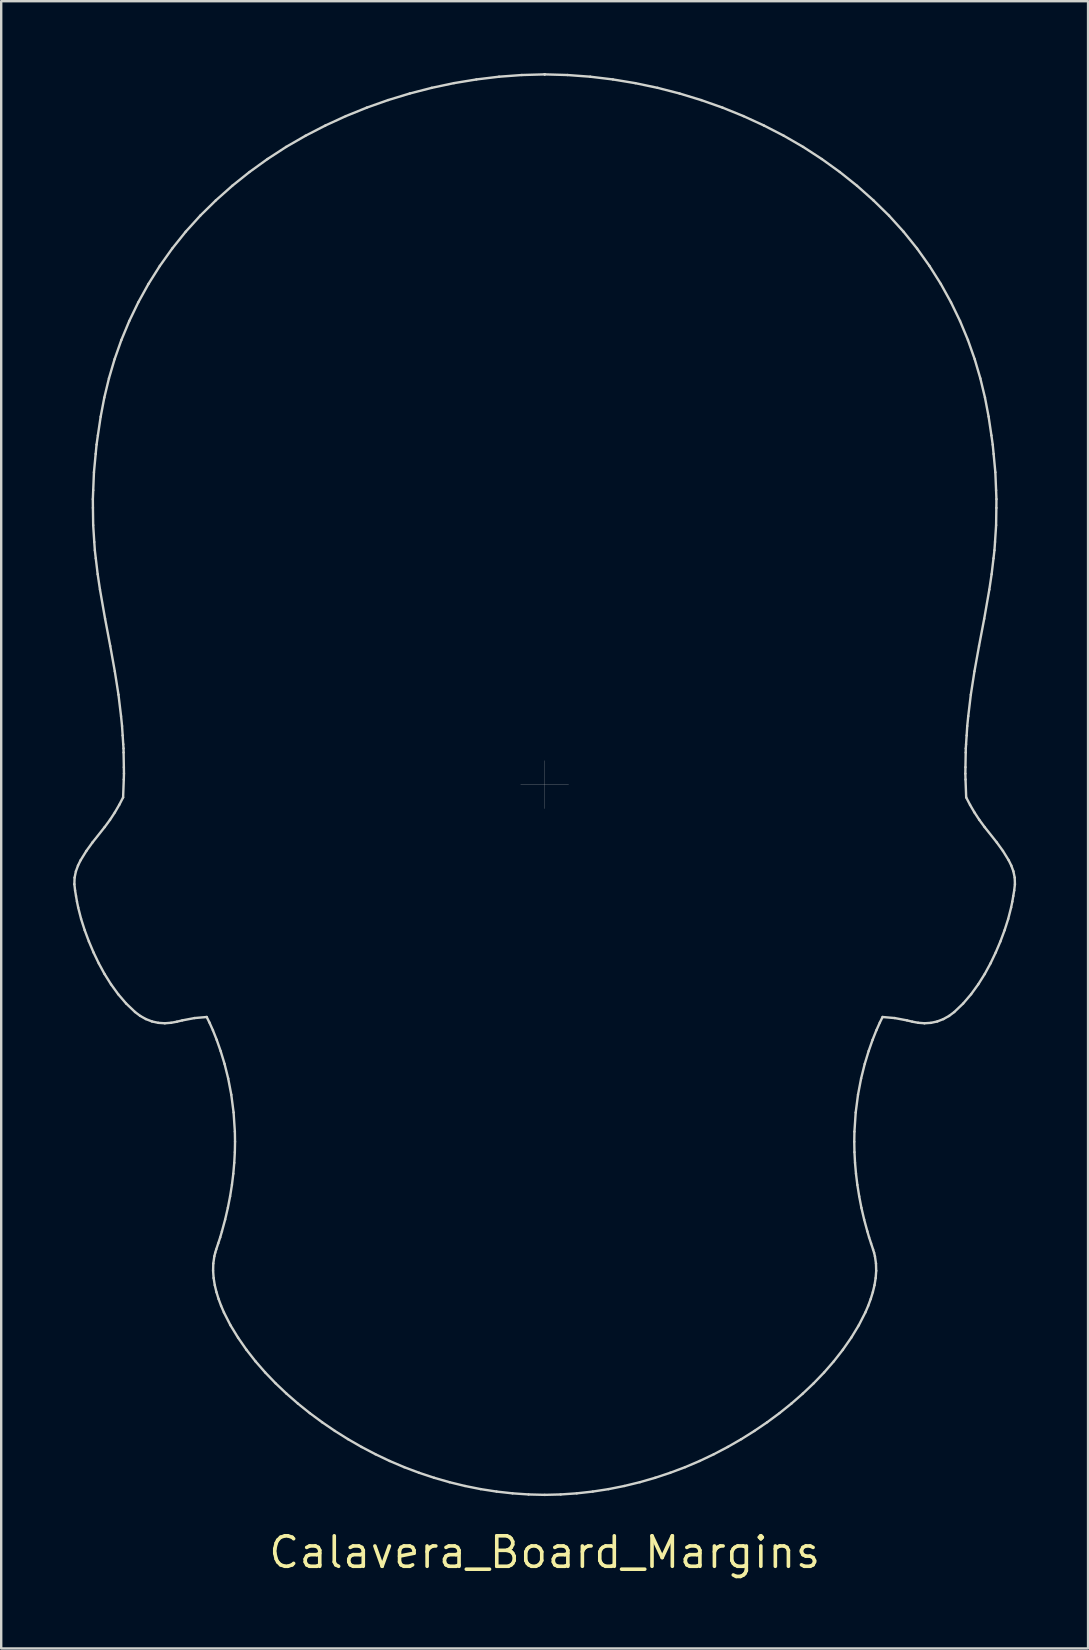
<source format=kicad_pcb>
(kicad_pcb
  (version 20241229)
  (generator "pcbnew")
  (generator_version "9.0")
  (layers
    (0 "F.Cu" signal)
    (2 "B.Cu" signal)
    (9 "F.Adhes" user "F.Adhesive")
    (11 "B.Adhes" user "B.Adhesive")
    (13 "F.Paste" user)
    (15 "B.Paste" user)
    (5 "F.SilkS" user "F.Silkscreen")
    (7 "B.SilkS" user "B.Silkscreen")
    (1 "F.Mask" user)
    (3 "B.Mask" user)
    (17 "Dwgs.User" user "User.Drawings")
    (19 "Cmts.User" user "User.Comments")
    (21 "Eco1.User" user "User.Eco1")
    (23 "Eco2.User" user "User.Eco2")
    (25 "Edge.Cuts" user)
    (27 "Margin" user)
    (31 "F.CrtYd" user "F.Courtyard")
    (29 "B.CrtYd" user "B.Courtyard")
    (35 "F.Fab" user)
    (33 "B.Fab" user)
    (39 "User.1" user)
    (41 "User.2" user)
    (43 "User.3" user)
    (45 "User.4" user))
  (footprint "Calavera_Board_Margins"
    (layer "F.Cu")
    (at 19.651 29.653)
    (property "Reference" "Calavera_Board_Margins" (at 0 32 0) (layer "F.SilkS") (effects (font (size 1.27 1.27) (thickness 0.15))))
    (attr exclude_from_pos_files exclude_from_bom)
    (fp_line (start -19.601 4.15) (end -19.592 3.877) (stroke (width 0.1) (type solid)) (layer "Edge.Cuts"))
    (fp_line (start -19.592 3.877) (end -19.537 3.613) (stroke (width 0.1) (type solid)) (layer "Edge.Cuts"))
    (fp_line (start -19.572 4.408) (end -19.601 4.15) (stroke (width 0.1) (type solid)) (layer "Edge.Cuts"))
    (fp_line (start -19.537 3.613) (end -19.45 3.374) (stroke (width 0.1) (type solid)) (layer "Edge.Cuts"))
    (fp_line (start -19.533 4.642) (end -19.572 4.408) (stroke (width 0.1) (type solid)) (layer "Edge.Cuts"))
    (fp_line (start -19.493 4.876) (end -19.533 4.642) (stroke (width 0.1) (type solid)) (layer "Edge.Cuts"))
    (fp_line (start -19.45 3.374) (end -19.343 3.156) (stroke (width 0.1) (type solid)) (layer "Edge.Cuts"))
    (fp_line (start -19.443 5.12) (end -19.493 4.876) (stroke (width 0.1) (type solid)) (layer "Edge.Cuts"))
    (fp_line (start -19.343 3.156) (end -19.102 2.765) (stroke (width 0.1) (type solid)) (layer "Edge.Cuts"))
    (fp_line (start -19.321 5.598) (end -19.443 5.12) (stroke (width 0.1) (type solid)) (layer "Edge.Cuts"))
    (fp_line (start -19.17 6.07) (end -19.321 5.598) (stroke (width 0.1) (type solid)) (layer "Edge.Cuts"))
    (fp_line (start -19.102 2.765) (end -18.846 2.41) (stroke (width 0.1) (type solid)) (layer "Edge.Cuts"))
    (fp_line (start -18.996 6.537) (end -19.17 6.07) (stroke (width 0.1) (type solid)) (layer "Edge.Cuts"))
    (fp_line (start -18.846 2.41) (end -18.339 1.771) (stroke (width 0.1) (type solid)) (layer "Edge.Cuts"))
    (fp_line (start -18.831 -11.899) (end -18.816 -12.269) (stroke (width 0.1) (type solid)) (layer "Edge.Cuts"))
    (fp_line (start -18.828 -11.534) (end -18.831 -11.899) (stroke (width 0.1) (type solid)) (layer "Edge.Cuts"))
    (fp_line (start -18.817 -10.814) (end -18.828 -11.534) (stroke (width 0.1) (type solid)) (layer "Edge.Cuts"))
    (fp_line (start -18.816 -12.269) (end -18.785 -13.019) (stroke (width 0.1) (type solid)) (layer "Edge.Cuts"))
    (fp_line (start -18.801 6.998) (end -18.996 6.537) (stroke (width 0.1) (type solid)) (layer "Edge.Cuts"))
    (fp_line (start -18.785 -13.019) (end -18.713 -13.785) (stroke (width 0.1) (type solid)) (layer "Edge.Cuts"))
    (fp_line (start -18.772 -10.113) (end -18.817 -10.814) (stroke (width 0.1) (type solid)) (layer "Edge.Cuts"))
    (fp_line (start -18.748 -9.769) (end -18.772 -10.113) (stroke (width 0.1) (type solid)) (layer "Edge.Cuts"))
    (fp_line (start -18.713 -13.785) (end -18.676 -14.173) (stroke (width 0.1) (type solid)) (layer "Edge.Cuts"))
    (fp_line (start -18.709 -9.432) (end -18.748 -9.769) (stroke (width 0.1) (type solid)) (layer "Edge.Cuts"))
    (fp_line (start -18.676 -14.173) (end -18.621 -14.558) (stroke (width 0.1) (type solid)) (layer "Edge.Cuts"))
    (fp_line (start -18.63 -8.77) (end -18.709 -9.432) (stroke (width 0.1) (type solid)) (layer "Edge.Cuts"))
    (fp_line (start -18.621 -14.558) (end -18.505 -15.335) (stroke (width 0.1) (type solid)) (layer "Edge.Cuts"))
    (fp_line (start -18.583 7.452) (end -18.801 6.998) (stroke (width 0.1) (type solid)) (layer "Edge.Cuts"))
    (fp_line (start -18.534 -8.13) (end -18.63 -8.77) (stroke (width 0.1) (type solid)) (layer "Edge.Cuts"))
    (fp_line (start -18.505 -15.335) (end -18.353 -16.133) (stroke (width 0.1) (type solid)) (layer "Edge.Cuts"))
    (fp_line (start -18.353 -16.133) (end -18.16 -16.934) (stroke (width 0.1) (type solid)) (layer "Edge.Cuts"))
    (fp_line (start -18.342 7.896) (end -18.583 7.452) (stroke (width 0.1) (type solid)) (layer "Edge.Cuts"))
    (fp_line (start -18.339 1.771) (end -18.115 1.466) (stroke (width 0.1) (type solid)) (layer "Edge.Cuts"))
    (fp_line (start -18.321 -6.912) (end -18.534 -8.13) (stroke (width 0.1) (type solid)) (layer "Edge.Cuts"))
    (fp_line (start -18.16 -16.934) (end -17.924 -17.734) (stroke (width 0.1) (type solid)) (layer "Edge.Cuts"))
    (fp_line (start -18.115 1.466) (end -17.915 1.16) (stroke (width 0.1) (type solid)) (layer "Edge.Cuts"))
    (fp_line (start -18.106 -5.778) (end -18.321 -6.912) (stroke (width 0.1) (type solid)) (layer "Edge.Cuts"))
    (fp_line (start -18.073 8.325) (end -18.342 7.896) (stroke (width 0.1) (type solid)) (layer "Edge.Cuts"))
    (fp_line (start -17.924 -17.734) (end -17.642 -18.532) (stroke (width 0.1) (type solid)) (layer "Edge.Cuts"))
    (fp_line (start -17.916 -4.723) (end -18.106 -5.778) (stroke (width 0.1) (type solid)) (layer "Edge.Cuts"))
    (fp_line (start -17.915 1.16) (end -17.731 0.843) (stroke (width 0.1) (type solid)) (layer "Edge.Cuts"))
    (fp_line (start -17.775 8.736) (end -18.073 8.325) (stroke (width 0.1) (type solid)) (layer "Edge.Cuts"))
    (fp_line (start -17.763 -3.748) (end -17.916 -4.723) (stroke (width 0.1) (type solid)) (layer "Edge.Cuts"))
    (fp_line (start -17.731 0.843) (end -17.57 0.533) (stroke (width 0.1) (type solid)) (layer "Edge.Cuts"))
    (fp_line (start -17.656 -2.855) (end -17.763 -3.748) (stroke (width 0.1) (type solid)) (layer "Edge.Cuts"))
    (fp_line (start -17.642 -18.532) (end -17.313 -19.323) (stroke (width 0.1) (type solid)) (layer "Edge.Cuts"))
    (fp_line (start -17.614 -2.442) (end -17.656 -2.855) (stroke (width 0.1) (type solid)) (layer "Edge.Cuts"))
    (fp_line (start -17.589 -2.05) (end -17.614 -2.442) (stroke (width 0.1) (type solid)) (layer "Edge.Cuts"))
    (fp_line (start -17.57 0.533) (end -17.542 -0.214) (stroke (width 0.1) (type solid)) (layer "Edge.Cuts"))
    (fp_line (start -17.565 -1.683) (end -17.589 -2.05) (stroke (width 0.1) (type solid)) (layer "Edge.Cuts"))
    (fp_line (start -17.553 -1.508) (end -17.565 -1.683) (stroke (width 0.1) (type solid)) (layer "Edge.Cuts"))
    (fp_line (start -17.55 -1.339) (end -17.553 -1.508) (stroke (width 0.1) (type solid)) (layer "Edge.Cuts"))
    (fp_line (start -17.542 -0.214) (end -17.535 -0.456) (stroke (width 0.1) (type solid)) (layer "Edge.Cuts"))
    (fp_line (start -17.539 -0.725) (end -17.55 -1.339) (stroke (width 0.1) (type solid)) (layer "Edge.Cuts"))
    (fp_line (start -17.535 -0.456) (end -17.539 -0.725) (stroke (width 0.1) (type solid)) (layer "Edge.Cuts"))
    (fp_line (start -17.444 9.123) (end -17.775 8.736) (stroke (width 0.1) (type solid)) (layer "Edge.Cuts"))
    (fp_line (start -17.313 -19.323) (end -16.936 -20.104) (stroke (width 0.1) (type solid)) (layer "Edge.Cuts"))
    (fp_line (start -17.072 9.478) (end -17.444 9.123) (stroke (width 0.1) (type solid)) (layer "Edge.Cuts"))
    (fp_line (start -16.936 -20.104) (end -16.512 -20.87) (stroke (width 0.1) (type solid)) (layer "Edge.Cuts"))
    (fp_line (start -16.858 9.64) (end -17.072 9.478) (stroke (width 0.1) (type solid)) (layer "Edge.Cuts"))
    (fp_line (start -16.62 9.773) (end -16.858 9.64) (stroke (width 0.1) (type solid)) (layer "Edge.Cuts"))
    (fp_line (start -16.512 -20.87) (end -16.04 -21.618) (stroke (width 0.1) (type solid)) (layer "Edge.Cuts"))
    (fp_line (start -16.365 9.872) (end -16.62 9.773) (stroke (width 0.1) (type solid)) (layer "Edge.Cuts"))
    (fp_line (start -16.099 9.93) (end -16.365 9.872) (stroke (width 0.1) (type solid)) (layer "Edge.Cuts"))
    (fp_line (start -16.04 -21.618) (end -15.523 -22.344) (stroke (width 0.1) (type solid)) (layer "Edge.Cuts"))
    (fp_line (start -15.831 9.947) (end -16.099 9.93) (stroke (width 0.1) (type solid)) (layer "Edge.Cuts"))
    (fp_line (start -15.571 9.927) (end -15.831 9.947) (stroke (width 0.1) (type solid)) (layer "Edge.Cuts"))
    (fp_line (start -15.523 -22.344) (end -14.961 -23.045) (stroke (width 0.1) (type solid)) (layer "Edge.Cuts"))
    (fp_line (start -15.325 9.881) (end -15.571 9.927) (stroke (width 0.1) (type solid)) (layer "Edge.Cuts"))
    (fp_line (start -15.104 9.827) (end -15.325 9.881) (stroke (width 0.1) (type solid)) (layer "Edge.Cuts"))
    (fp_line (start -14.961 -23.045) (end -14.354 -23.715) (stroke (width 0.1) (type solid)) (layer "Edge.Cuts"))
    (fp_line (start -14.591 9.73) (end -15.104 9.827) (stroke (width 0.1) (type solid)) (layer "Edge.Cuts"))
    (fp_line (start -14.354 -23.715) (end -13.704 -24.353) (stroke (width 0.1) (type solid)) (layer "Edge.Cuts"))
    (fp_line (start -14.085 9.686) (end -14.591 9.73) (stroke (width 0.1) (type solid)) (layer "Edge.Cuts"))
    (fp_line (start -13.971 9.917) (end -14.085 9.686) (stroke (width 0.1) (type solid)) (layer "Edge.Cuts"))
    (fp_line (start -13.826 10.241) (end -13.971 9.917) (stroke (width 0.1) (type solid)) (layer "Edge.Cuts"))
    (fp_line (start -13.819 20.264) (end -13.811 19.962) (stroke (width 0.1) (type solid)) (layer "Edge.Cuts"))
    (fp_line (start -13.811 19.962) (end -13.767 19.658) (stroke (width 0.1) (type solid)) (layer "Edge.Cuts"))
    (fp_line (start -13.797 20.565) (end -13.819 20.264) (stroke (width 0.1) (type solid)) (layer "Edge.Cuts"))
    (fp_line (start -13.767 19.658) (end -13.73 19.509) (stroke (width 0.1) (type solid)) (layer "Edge.Cuts"))
    (fp_line (start -13.749 20.862) (end -13.797 20.565) (stroke (width 0.1) (type solid)) (layer "Edge.Cuts"))
    (fp_line (start -13.73 19.509) (end -13.688 19.371) (stroke (width 0.1) (type solid)) (layer "Edge.Cuts"))
    (fp_line (start -13.704 -24.353) (end -13.02 -24.96) (stroke (width 0.1) (type solid)) (layer "Edge.Cuts"))
    (fp_line (start -13.688 19.371) (end -13.605 19.12) (stroke (width 0.1) (type solid)) (layer "Edge.Cuts"))
    (fp_line (start -13.679 21.154) (end -13.749 20.862) (stroke (width 0.1) (type solid)) (layer "Edge.Cuts"))
    (fp_line (start -13.669 10.637) (end -13.826 10.241) (stroke (width 0.1) (type solid)) (layer "Edge.Cuts"))
    (fp_line (start -13.605 19.12) (end -13.523 18.871) (stroke (width 0.1) (type solid)) (layer "Edge.Cuts"))
    (fp_line (start -13.59 21.44) (end -13.679 21.154) (stroke (width 0.1) (type solid)) (layer "Edge.Cuts"))
    (fp_line (start -13.523 18.871) (end -13.451 18.622) (stroke (width 0.1) (type solid)) (layer "Edge.Cuts"))
    (fp_line (start -13.505 11.105) (end -13.669 10.637) (stroke (width 0.1) (type solid)) (layer "Edge.Cuts"))
    (fp_line (start -13.486 21.722) (end -13.59 21.44) (stroke (width 0.1) (type solid)) (layer "Edge.Cuts"))
    (fp_line (start -13.451 18.622) (end -13.317 18.128) (stroke (width 0.1) (type solid)) (layer "Edge.Cuts"))
    (fp_line (start -13.368 21.998) (end -13.486 21.722) (stroke (width 0.1) (type solid)) (layer "Edge.Cuts"))
    (fp_line (start -13.341 11.642) (end -13.505 11.105) (stroke (width 0.1) (type solid)) (layer "Edge.Cuts"))
    (fp_line (start -13.317 18.128) (end -13.204 17.64) (stroke (width 0.1) (type solid)) (layer "Edge.Cuts"))
    (fp_line (start -13.204 17.64) (end -13.11 17.158) (stroke (width 0.1) (type solid)) (layer "Edge.Cuts"))
    (fp_line (start -13.19 12.25) (end -13.341 11.642) (stroke (width 0.1) (type solid)) (layer "Edge.Cuts"))
    (fp_line (start -13.11 17.158) (end -13.034 16.684) (stroke (width 0.1) (type solid)) (layer "Edge.Cuts"))
    (fp_line (start -13.095 22.534) (end -13.368 21.998) (stroke (width 0.1) (type solid)) (layer "Edge.Cuts"))
    (fp_line (start -13.061 12.925) (end -13.19 12.25) (stroke (width 0.1) (type solid)) (layer "Edge.Cuts"))
    (fp_line (start -13.034 16.684) (end -12.977 16.218) (stroke (width 0.1) (type solid)) (layer "Edge.Cuts"))
    (fp_line (start -13.02 -24.96) (end -12.302 -25.534) (stroke (width 0.1) (type solid)) (layer "Edge.Cuts"))
    (fp_line (start -12.977 16.218) (end -12.937 15.763) (stroke (width 0.1) (type solid)) (layer "Edge.Cuts"))
    (fp_line (start -12.965 13.665) (end -13.061 12.925) (stroke (width 0.1) (type solid)) (layer "Edge.Cuts"))
    (fp_line (start -12.937 15.763) (end -12.913 15.318) (stroke (width 0.1) (type solid)) (layer "Edge.Cuts"))
    (fp_line (start -12.913 15.318) (end -12.905 14.885) (stroke (width 0.1) (type solid)) (layer "Edge.Cuts"))
    (fp_line (start -12.912 14.464) (end -12.965 13.665) (stroke (width 0.1) (type solid)) (layer "Edge.Cuts"))
    (fp_line (start -12.905 14.885) (end -12.912 14.464) (stroke (width 0.1) (type solid)) (layer "Edge.Cuts"))
    (fp_line (start -12.779 23.051) (end -13.095 22.534) (stroke (width 0.1) (type solid)) (layer "Edge.Cuts"))
    (fp_line (start -12.432 23.552) (end -12.779 23.051) (stroke (width 0.1) (type solid)) (layer "Edge.Cuts"))
    (fp_line (start -12.302 -25.534) (end -11.553 -26.074) (stroke (width 0.1) (type solid)) (layer "Edge.Cuts"))
    (fp_line (start -12.054 24.035) (end -12.432 23.552) (stroke (width 0.1) (type solid)) (layer "Edge.Cuts"))
    (fp_line (start -11.648 24.501) (end -12.054 24.035) (stroke (width 0.1) (type solid)) (layer "Edge.Cuts"))
    (fp_line (start -11.553 -26.074) (end -10.775 -26.58) (stroke (width 0.1) (type solid)) (layer "Edge.Cuts"))
    (fp_line (start -11.217 24.95) (end -11.648 24.501) (stroke (width 0.1) (type solid)) (layer "Edge.Cuts"))
    (fp_line (start -10.775 -26.58) (end -9.968 -27.045) (stroke (width 0.1) (type solid)) (layer "Edge.Cuts"))
    (fp_line (start -10.762 25.382) (end -11.217 24.95) (stroke (width 0.1) (type solid)) (layer "Edge.Cuts"))
    (fp_line (start -10.285 25.798) (end -10.762 25.382) (stroke (width 0.1) (type solid)) (layer "Edge.Cuts"))
    (fp_line (start -9.968 -27.045) (end -9.138 -27.473) (stroke (width 0.1) (type solid)) (layer "Edge.Cuts"))
    (fp_line (start -9.79 26.196) (end -10.285 25.798) (stroke (width 0.1) (type solid)) (layer "Edge.Cuts"))
    (fp_line (start -9.276 26.576) (end -9.79 26.196) (stroke (width 0.1) (type solid)) (layer "Edge.Cuts"))
    (fp_line (start -9.138 -27.473) (end -8.286 -27.864) (stroke (width 0.1) (type solid)) (layer "Edge.Cuts"))
    (fp_line (start -8.745 26.938) (end -9.276 26.576) (stroke (width 0.1) (type solid)) (layer "Edge.Cuts"))
    (fp_line (start -8.286 -27.864) (end -7.415 -28.217) (stroke (width 0.1) (type solid)) (layer "Edge.Cuts"))
    (fp_line (start -8.196 27.282) (end -8.745 26.938) (stroke (width 0.1) (type solid)) (layer "Edge.Cuts"))
    (fp_line (start -7.632 27.606) (end -8.196 27.282) (stroke (width 0.1) (type solid)) (layer "Edge.Cuts"))
    (fp_line (start -7.415 -28.217) (end -6.526 -28.531) (stroke (width 0.1) (type solid)) (layer "Edge.Cuts"))
    (fp_line (start -7.054 27.909) (end -7.632 27.606) (stroke (width 0.1) (type solid)) (layer "Edge.Cuts"))
    (fp_line (start -6.526 -28.531) (end -5.623 -28.806) (stroke (width 0.1) (type solid)) (layer "Edge.Cuts"))
    (fp_line (start -6.461 28.191) (end -7.054 27.909) (stroke (width 0.1) (type solid)) (layer "Edge.Cuts"))
    (fp_line (start -5.855 28.449) (end -6.461 28.191) (stroke (width 0.1) (type solid)) (layer "Edge.Cuts"))
    (fp_line (start -5.623 -28.806) (end -4.707 -29.042) (stroke (width 0.1) (type solid)) (layer "Edge.Cuts"))
    (fp_line (start -5.236 28.682) (end -5.855 28.449) (stroke (width 0.1) (type solid)) (layer "Edge.Cuts"))
    (fp_line (start -4.707 -29.042) (end -3.78 -29.238) (stroke (width 0.1) (type solid)) (layer "Edge.Cuts"))
    (fp_line (start -4.607 28.891) (end -5.236 28.682) (stroke (width 0.1) (type solid)) (layer "Edge.Cuts"))
    (fp_line (start -3.968 29.075) (end -4.607 28.891) (stroke (width 0.1) (type solid)) (layer "Edge.Cuts"))
    (fp_line (start -3.78 -29.238) (end -2.844 -29.392) (stroke (width 0.1) (type solid)) (layer "Edge.Cuts"))
    (fp_line (start -3.32 29.233) (end -3.968 29.075) (stroke (width 0.1) (type solid)) (layer "Edge.Cuts"))
    (fp_line (start -2.844 -29.392) (end -1.9 -29.506) (stroke (width 0.1) (type solid)) (layer "Edge.Cuts"))
    (fp_line (start -2.666 29.364) (end -3.32 29.233) (stroke (width 0.1) (type solid)) (layer "Edge.Cuts"))
    (fp_line (start -2.004 29.466) (end -2.666 29.364) (stroke (width 0.1) (type solid)) (layer "Edge.Cuts"))
    (fp_line (start -1.9 -29.506) (end -0.952 -29.576) (stroke (width 0.1) (type solid)) (layer "Edge.Cuts"))
    (fp_line (start -1.339 29.54) (end -2.004 29.466) (stroke (width 0.1) (type solid)) (layer "Edge.Cuts"))
    (fp_line (start -0.952 -29.576) (end -0.000213 -29.603) (stroke (width 0.1) (type solid)) (layer "Edge.Cuts"))
    (fp_line (start -0.67 29.586) (end -1.339 29.54) (stroke (width 0.1) (type solid)) (layer "Edge.Cuts"))
    (fp_line (start -0.000213 -29.603) (end 0.000049 -29.603) (stroke (width 0.1) (type solid)) (layer "Edge.Cuts"))
    (fp_line (start 0.000049 -29.603) (end 0.000049 -29.603) (stroke (width 0.1) (type solid)) (layer "Edge.Cuts"))
    (fp_line (start 0.000049 -29.603) (end 0.952 -29.576) (stroke (width 0.1) (type solid)) (layer "Edge.Cuts"))
    (fp_line (start 0.004 29.603) (end -0.67 29.586) (stroke (width 0.1) (type solid)) (layer "Edge.Cuts"))
    (fp_line (start 0.669 29.586) (end 0.004 29.603) (stroke (width 0.1) (type solid)) (layer "Edge.Cuts"))
    (fp_line (start 0.952 -29.576) (end 1.9 -29.506) (stroke (width 0.1) (type solid)) (layer "Edge.Cuts"))
    (fp_line (start 1.339 29.54) (end 0.669 29.586) (stroke (width 0.1) (type solid)) (layer "Edge.Cuts"))
    (fp_line (start 1.9 -29.506) (end 2.844 -29.392) (stroke (width 0.1) (type solid)) (layer "Edge.Cuts"))
    (fp_line (start 2.004 29.466) (end 1.339 29.54) (stroke (width 0.1) (type solid)) (layer "Edge.Cuts"))
    (fp_line (start 2.665 29.364) (end 2.004 29.466) (stroke (width 0.1) (type solid)) (layer "Edge.Cuts"))
    (fp_line (start 2.844 -29.392) (end 3.78 -29.237) (stroke (width 0.1) (type solid)) (layer "Edge.Cuts"))
    (fp_line (start 3.32 29.233) (end 2.665 29.364) (stroke (width 0.1) (type solid)) (layer "Edge.Cuts"))
    (fp_line (start 3.78 -29.237) (end 4.707 -29.042) (stroke (width 0.1) (type solid)) (layer "Edge.Cuts"))
    (fp_line (start 3.968 29.075) (end 3.32 29.233) (stroke (width 0.1) (type solid)) (layer "Edge.Cuts"))
    (fp_line (start 4.606 28.891) (end 3.968 29.075) (stroke (width 0.1) (type solid)) (layer "Edge.Cuts"))
    (fp_line (start 4.707 -29.042) (end 5.623 -28.806) (stroke (width 0.1) (type solid)) (layer "Edge.Cuts"))
    (fp_line (start 5.236 28.682) (end 4.606 28.891) (stroke (width 0.1) (type solid)) (layer "Edge.Cuts"))
    (fp_line (start 5.623 -28.806) (end 6.526 -28.53) (stroke (width 0.1) (type solid)) (layer "Edge.Cuts"))
    (fp_line (start 5.855 28.449) (end 5.236 28.682) (stroke (width 0.1) (type solid)) (layer "Edge.Cuts"))
    (fp_line (start 6.461 28.191) (end 5.855 28.449) (stroke (width 0.1) (type solid)) (layer "Edge.Cuts"))
    (fp_line (start 6.526 -28.53) (end 7.414 -28.217) (stroke (width 0.1) (type solid)) (layer "Edge.Cuts"))
    (fp_line (start 7.054 27.909) (end 6.461 28.191) (stroke (width 0.1) (type solid)) (layer "Edge.Cuts"))
    (fp_line (start 7.414 -28.217) (end 8.285 -27.864) (stroke (width 0.1) (type solid)) (layer "Edge.Cuts"))
    (fp_line (start 7.632 27.606) (end 7.054 27.909) (stroke (width 0.1) (type solid)) (layer "Edge.Cuts"))
    (fp_line (start 8.196 27.282) (end 7.632 27.606) (stroke (width 0.1) (type solid)) (layer "Edge.Cuts"))
    (fp_line (start 8.285 -27.864) (end 9.137 -27.473) (stroke (width 0.1) (type solid)) (layer "Edge.Cuts"))
    (fp_line (start 8.744 26.938) (end 8.196 27.282) (stroke (width 0.1) (type solid)) (layer "Edge.Cuts"))
    (fp_line (start 9.137 -27.473) (end 9.968 -27.045) (stroke (width 0.1) (type solid)) (layer "Edge.Cuts"))
    (fp_line (start 9.276 26.576) (end 8.744 26.938) (stroke (width 0.1) (type solid)) (layer "Edge.Cuts"))
    (fp_line (start 9.79 26.196) (end 9.276 26.576) (stroke (width 0.1) (type solid)) (layer "Edge.Cuts"))
    (fp_line (start 9.968 -27.045) (end 10.774 -26.58) (stroke (width 0.1) (type solid)) (layer "Edge.Cuts"))
    (fp_line (start 10.285 25.798) (end 9.79 26.196) (stroke (width 0.1) (type solid)) (layer "Edge.Cuts"))
    (fp_line (start 10.761 25.382) (end 10.285 25.798) (stroke (width 0.1) (type solid)) (layer "Edge.Cuts"))
    (fp_line (start 10.774 -26.58) (end 11.552 -26.074) (stroke (width 0.1) (type solid)) (layer "Edge.Cuts"))
    (fp_line (start 11.216 24.95) (end 10.761 25.382) (stroke (width 0.1) (type solid)) (layer "Edge.Cuts"))
    (fp_line (start 11.552 -26.074) (end 12.302 -25.534) (stroke (width 0.1) (type solid)) (layer "Edge.Cuts"))
    (fp_line (start 11.648 24.501) (end 11.216 24.95) (stroke (width 0.1) (type solid)) (layer "Edge.Cuts"))
    (fp_line (start 12.054 24.035) (end 11.648 24.501) (stroke (width 0.1) (type solid)) (layer "Edge.Cuts"))
    (fp_line (start 12.302 -25.534) (end 13.02 -24.96) (stroke (width 0.1) (type solid)) (layer "Edge.Cuts"))
    (fp_line (start 12.431 23.552) (end 12.054 24.035) (stroke (width 0.1) (type solid)) (layer "Edge.Cuts"))
    (fp_line (start 12.779 23.051) (end 12.431 23.552) (stroke (width 0.1) (type solid)) (layer "Edge.Cuts"))
    (fp_line (start 12.905 14.885) (end 12.913 15.318) (stroke (width 0.1) (type solid)) (layer "Edge.Cuts"))
    (fp_line (start 12.912 14.464) (end 12.905 14.885) (stroke (width 0.1) (type solid)) (layer "Edge.Cuts"))
    (fp_line (start 12.913 15.318) (end 12.937 15.763) (stroke (width 0.1) (type solid)) (layer "Edge.Cuts"))
    (fp_line (start 12.937 15.763) (end 12.977 16.219) (stroke (width 0.1) (type solid)) (layer "Edge.Cuts"))
    (fp_line (start 12.965 13.665) (end 12.912 14.464) (stroke (width 0.1) (type solid)) (layer "Edge.Cuts"))
    (fp_line (start 12.977 16.219) (end 13.034 16.684) (stroke (width 0.1) (type solid)) (layer "Edge.Cuts"))
    (fp_line (start 13.02 -24.96) (end 13.704 -24.352) (stroke (width 0.1) (type solid)) (layer "Edge.Cuts"))
    (fp_line (start 13.034 16.684) (end 13.11 17.158) (stroke (width 0.1) (type solid)) (layer "Edge.Cuts"))
    (fp_line (start 13.061 12.926) (end 12.965 13.665) (stroke (width 0.1) (type solid)) (layer "Edge.Cuts"))
    (fp_line (start 13.094 22.534) (end 12.779 23.051) (stroke (width 0.1) (type solid)) (layer "Edge.Cuts"))
    (fp_line (start 13.11 17.158) (end 13.203 17.64) (stroke (width 0.1) (type solid)) (layer "Edge.Cuts"))
    (fp_line (start 13.19 12.25) (end 13.061 12.926) (stroke (width 0.1) (type solid)) (layer "Edge.Cuts"))
    (fp_line (start 13.203 17.64) (end 13.317 18.129) (stroke (width 0.1) (type solid)) (layer "Edge.Cuts"))
    (fp_line (start 13.317 18.129) (end 13.45 18.62) (stroke (width 0.1) (type solid)) (layer "Edge.Cuts"))
    (fp_line (start 13.341 11.643) (end 13.19 12.25) (stroke (width 0.1) (type solid)) (layer "Edge.Cuts"))
    (fp_line (start 13.368 21.998) (end 13.094 22.534) (stroke (width 0.1) (type solid)) (layer "Edge.Cuts"))
    (fp_line (start 13.45 18.62) (end 13.522 18.868) (stroke (width 0.1) (type solid)) (layer "Edge.Cuts"))
    (fp_line (start 13.486 21.722) (end 13.368 21.998) (stroke (width 0.1) (type solid)) (layer "Edge.Cuts"))
    (fp_line (start 13.505 11.105) (end 13.341 11.643) (stroke (width 0.1) (type solid)) (layer "Edge.Cuts"))
    (fp_line (start 13.522 18.868) (end 13.605 19.12) (stroke (width 0.1) (type solid)) (layer "Edge.Cuts"))
    (fp_line (start 13.59 21.441) (end 13.486 21.722) (stroke (width 0.1) (type solid)) (layer "Edge.Cuts"))
    (fp_line (start 13.605 19.12) (end 13.689 19.375) (stroke (width 0.1) (type solid)) (layer "Edge.Cuts"))
    (fp_line (start 13.669 10.637) (end 13.505 11.105) (stroke (width 0.1) (type solid)) (layer "Edge.Cuts"))
    (fp_line (start 13.679 21.154) (end 13.59 21.441) (stroke (width 0.1) (type solid)) (layer "Edge.Cuts"))
    (fp_line (start 13.689 19.375) (end 13.732 19.514) (stroke (width 0.1) (type solid)) (layer "Edge.Cuts"))
    (fp_line (start 13.704 -24.352) (end 14.354 -23.715) (stroke (width 0.1) (type solid)) (layer "Edge.Cuts"))
    (fp_line (start 13.732 19.514) (end 13.767 19.661) (stroke (width 0.1) (type solid)) (layer "Edge.Cuts"))
    (fp_line (start 13.749 20.862) (end 13.679 21.154) (stroke (width 0.1) (type solid)) (layer "Edge.Cuts"))
    (fp_line (start 13.767 19.661) (end 13.81 19.962) (stroke (width 0.1) (type solid)) (layer "Edge.Cuts"))
    (fp_line (start 13.797 20.565) (end 13.749 20.862) (stroke (width 0.1) (type solid)) (layer "Edge.Cuts"))
    (fp_line (start 13.81 19.962) (end 13.819 20.264) (stroke (width 0.1) (type solid)) (layer "Edge.Cuts"))
    (fp_line (start 13.819 20.264) (end 13.797 20.565) (stroke (width 0.1) (type solid)) (layer "Edge.Cuts"))
    (fp_line (start 13.826 10.241) (end 13.669 10.637) (stroke (width 0.1) (type solid)) (layer "Edge.Cuts"))
    (fp_line (start 13.971 9.917) (end 13.826 10.241) (stroke (width 0.1) (type solid)) (layer "Edge.Cuts"))
    (fp_line (start 14.085 9.686) (end 13.971 9.917) (stroke (width 0.1) (type solid)) (layer "Edge.Cuts"))
    (fp_line (start 14.354 -23.715) (end 14.961 -23.044) (stroke (width 0.1) (type solid)) (layer "Edge.Cuts"))
    (fp_line (start 14.591 9.73) (end 14.085 9.686) (stroke (width 0.1) (type solid)) (layer "Edge.Cuts"))
    (fp_line (start 14.961 -23.044) (end 15.523 -22.344) (stroke (width 0.1) (type solid)) (layer "Edge.Cuts"))
    (fp_line (start 15.104 9.827) (end 14.591 9.73) (stroke (width 0.1) (type solid)) (layer "Edge.Cuts"))
    (fp_line (start 15.325 9.881) (end 15.104 9.827) (stroke (width 0.1) (type solid)) (layer "Edge.Cuts"))
    (fp_line (start 15.523 -22.344) (end 16.04 -21.618) (stroke (width 0.1) (type solid)) (layer "Edge.Cuts"))
    (fp_line (start 15.571 9.927) (end 15.325 9.881) (stroke (width 0.1) (type solid)) (layer "Edge.Cuts"))
    (fp_line (start 15.831 9.947) (end 15.571 9.927) (stroke (width 0.1) (type solid)) (layer "Edge.Cuts"))
    (fp_line (start 16.04 -21.618) (end 16.512 -20.87) (stroke (width 0.1) (type solid)) (layer "Edge.Cuts"))
    (fp_line (start 16.099 9.93) (end 15.831 9.947) (stroke (width 0.1) (type solid)) (layer "Edge.Cuts"))
    (fp_line (start 16.365 9.872) (end 16.099 9.93) (stroke (width 0.1) (type solid)) (layer "Edge.Cuts"))
    (fp_line (start 16.512 -20.87) (end 16.936 -20.103) (stroke (width 0.1) (type solid)) (layer "Edge.Cuts"))
    (fp_line (start 16.62 9.773) (end 16.365 9.872) (stroke (width 0.1) (type solid)) (layer "Edge.Cuts"))
    (fp_line (start 16.858 9.64) (end 16.62 9.773) (stroke (width 0.1) (type solid)) (layer "Edge.Cuts"))
    (fp_line (start 16.936 -20.103) (end 17.313 -19.323) (stroke (width 0.1) (type solid)) (layer "Edge.Cuts"))
    (fp_line (start 17.072 9.479) (end 16.858 9.64) (stroke (width 0.1) (type solid)) (layer "Edge.Cuts"))
    (fp_line (start 17.313 -19.323) (end 17.642 -18.532) (stroke (width 0.1) (type solid)) (layer "Edge.Cuts"))
    (fp_line (start 17.444 9.123) (end 17.072 9.479) (stroke (width 0.1) (type solid)) (layer "Edge.Cuts"))
    (fp_line (start 17.535 -0.458) (end 17.542 -0.215) (stroke (width 0.1) (type solid)) (layer "Edge.Cuts"))
    (fp_line (start 17.539 -0.726) (end 17.535 -0.458) (stroke (width 0.1) (type solid)) (layer "Edge.Cuts"))
    (fp_line (start 17.542 -0.215) (end 17.57 0.533) (stroke (width 0.1) (type solid)) (layer "Edge.Cuts"))
    (fp_line (start 17.55 -1.339) (end 17.539 -0.726) (stroke (width 0.1) (type solid)) (layer "Edge.Cuts"))
    (fp_line (start 17.553 -1.508) (end 17.55 -1.339) (stroke (width 0.1) (type solid)) (layer "Edge.Cuts"))
    (fp_line (start 17.565 -1.683) (end 17.553 -1.508) (stroke (width 0.1) (type solid)) (layer "Edge.Cuts"))
    (fp_line (start 17.57 0.533) (end 17.731 0.844) (stroke (width 0.1) (type solid)) (layer "Edge.Cuts"))
    (fp_line (start 17.589 -2.05) (end 17.565 -1.683) (stroke (width 0.1) (type solid)) (layer "Edge.Cuts"))
    (fp_line (start 17.614 -2.442) (end 17.589 -2.05) (stroke (width 0.1) (type solid)) (layer "Edge.Cuts"))
    (fp_line (start 17.642 -18.532) (end 17.924 -17.734) (stroke (width 0.1) (type solid)) (layer "Edge.Cuts"))
    (fp_line (start 17.656 -2.855) (end 17.614 -2.442) (stroke (width 0.1) (type solid)) (layer "Edge.Cuts"))
    (fp_line (start 17.731 0.844) (end 17.915 1.16) (stroke (width 0.1) (type solid)) (layer "Edge.Cuts"))
    (fp_line (start 17.763 -3.748) (end 17.656 -2.855) (stroke (width 0.1) (type solid)) (layer "Edge.Cuts"))
    (fp_line (start 17.775 8.736) (end 17.444 9.123) (stroke (width 0.1) (type solid)) (layer "Edge.Cuts"))
    (fp_line (start 17.915 1.16) (end 18.115 1.466) (stroke (width 0.1) (type solid)) (layer "Edge.Cuts"))
    (fp_line (start 17.915 -4.723) (end 17.763 -3.748) (stroke (width 0.1) (type solid)) (layer "Edge.Cuts"))
    (fp_line (start 17.924 -17.734) (end 18.16 -16.931) (stroke (width 0.1) (type solid)) (layer "Edge.Cuts"))
    (fp_line (start 18.072 8.325) (end 17.775 8.736) (stroke (width 0.1) (type solid)) (layer "Edge.Cuts"))
    (fp_line (start 18.105 -5.778) (end 17.915 -4.723) (stroke (width 0.1) (type solid)) (layer "Edge.Cuts"))
    (fp_line (start 18.115 1.466) (end 18.339 1.771) (stroke (width 0.1) (type solid)) (layer "Edge.Cuts"))
    (fp_line (start 18.16 -16.931) (end 18.353 -16.131) (stroke (width 0.1) (type solid)) (layer "Edge.Cuts"))
    (fp_line (start 18.321 -6.912) (end 18.105 -5.778) (stroke (width 0.1) (type solid)) (layer "Edge.Cuts"))
    (fp_line (start 18.339 1.771) (end 18.846 2.41) (stroke (width 0.1) (type solid)) (layer "Edge.Cuts"))
    (fp_line (start 18.342 7.896) (end 18.072 8.325) (stroke (width 0.1) (type solid)) (layer "Edge.Cuts"))
    (fp_line (start 18.353 -16.131) (end 18.504 -15.339) (stroke (width 0.1) (type solid)) (layer "Edge.Cuts"))
    (fp_line (start 18.504 -15.339) (end 18.621 -14.555) (stroke (width 0.1) (type solid)) (layer "Edge.Cuts"))
    (fp_line (start 18.534 -8.13) (end 18.321 -6.912) (stroke (width 0.1) (type solid)) (layer "Edge.Cuts"))
    (fp_line (start 18.583 7.452) (end 18.342 7.896) (stroke (width 0.1) (type solid)) (layer "Edge.Cuts"))
    (fp_line (start 18.621 -14.555) (end 18.676 -14.167) (stroke (width 0.1) (type solid)) (layer "Edge.Cuts"))
    (fp_line (start 18.63 -8.77) (end 18.534 -8.13) (stroke (width 0.1) (type solid)) (layer "Edge.Cuts"))
    (fp_line (start 18.676 -14.167) (end 18.713 -13.781) (stroke (width 0.1) (type solid)) (layer "Edge.Cuts"))
    (fp_line (start 18.709 -9.432) (end 18.63 -8.77) (stroke (width 0.1) (type solid)) (layer "Edge.Cuts"))
    (fp_line (start 18.713 -13.781) (end 18.785 -13.019) (stroke (width 0.1) (type solid)) (layer "Edge.Cuts"))
    (fp_line (start 18.748 -9.769) (end 18.709 -9.432) (stroke (width 0.1) (type solid)) (layer "Edge.Cuts"))
    (fp_line (start 18.772 -10.113) (end 18.748 -9.769) (stroke (width 0.1) (type solid)) (layer "Edge.Cuts"))
    (fp_line (start 18.785 -13.019) (end 18.816 -12.269) (stroke (width 0.1) (type solid)) (layer "Edge.Cuts"))
    (fp_line (start 18.8 6.998) (end 18.583 7.452) (stroke (width 0.1) (type solid)) (layer "Edge.Cuts"))
    (fp_line (start 18.816 -12.269) (end 18.83 -11.899) (stroke (width 0.1) (type solid)) (layer "Edge.Cuts"))
    (fp_line (start 18.817 -10.814) (end 18.772 -10.113) (stroke (width 0.1) (type solid)) (layer "Edge.Cuts"))
    (fp_line (start 18.827 -11.533) (end 18.817 -10.814) (stroke (width 0.1) (type solid)) (layer "Edge.Cuts"))
    (fp_line (start 18.83 -11.899) (end 18.827 -11.533) (stroke (width 0.1) (type solid)) (layer "Edge.Cuts"))
    (fp_line (start 18.846 2.41) (end 19.102 2.765) (stroke (width 0.1) (type solid)) (layer "Edge.Cuts"))
    (fp_line (start 18.996 6.537) (end 18.8 6.998) (stroke (width 0.1) (type solid)) (layer "Edge.Cuts"))
    (fp_line (start 19.102 2.765) (end 19.343 3.156) (stroke (width 0.1) (type solid)) (layer "Edge.Cuts"))
    (fp_line (start 19.17 6.07) (end 18.996 6.537) (stroke (width 0.1) (type solid)) (layer "Edge.Cuts"))
    (fp_line (start 19.321 5.598) (end 19.17 6.07) (stroke (width 0.1) (type solid)) (layer "Edge.Cuts"))
    (fp_line (start 19.343 3.156) (end 19.45 3.374) (stroke (width 0.1) (type solid)) (layer "Edge.Cuts"))
    (fp_line (start 19.443 5.12) (end 19.321 5.598) (stroke (width 0.1) (type solid)) (layer "Edge.Cuts"))
    (fp_line (start 19.45 3.374) (end 19.537 3.613) (stroke (width 0.1) (type solid)) (layer "Edge.Cuts"))
    (fp_line (start 19.493 4.876) (end 19.443 5.12) (stroke (width 0.1) (type solid)) (layer "Edge.Cuts"))
    (fp_line (start 19.533 4.642) (end 19.493 4.876) (stroke (width 0.1) (type solid)) (layer "Edge.Cuts"))
    (fp_line (start 19.537 3.613) (end 19.592 3.877) (stroke (width 0.1) (type solid)) (layer "Edge.Cuts"))
    (fp_line (start 19.572 4.408) (end 19.533 4.642) (stroke (width 0.1) (type solid)) (layer "Edge.Cuts"))
    (fp_line (start 19.592 3.877) (end 19.601 4.151) (stroke (width 0.1) (type solid)) (layer "Edge.Cuts"))
    (fp_line (start 19.601 4.151) (end 19.572 4.408) (stroke (width 0.1) (type solid)) (layer "Edge.Cuts"))
    (fp_line (start 0 -1) (end 0 1) (stroke (width 0.01) (type solid)) (layer "F.Fab"))
    (fp_line (start 1 0) (end -1 0) (stroke (width 0.01) (type solid)) (layer "F.Fab")))
  (gr_rect
    (start -3 -3)
    (end 42.301 65.659)
    (stroke (width 0.1) (type default))
    (fill no)
    (layer "Edge.Cuts")))
</source>
